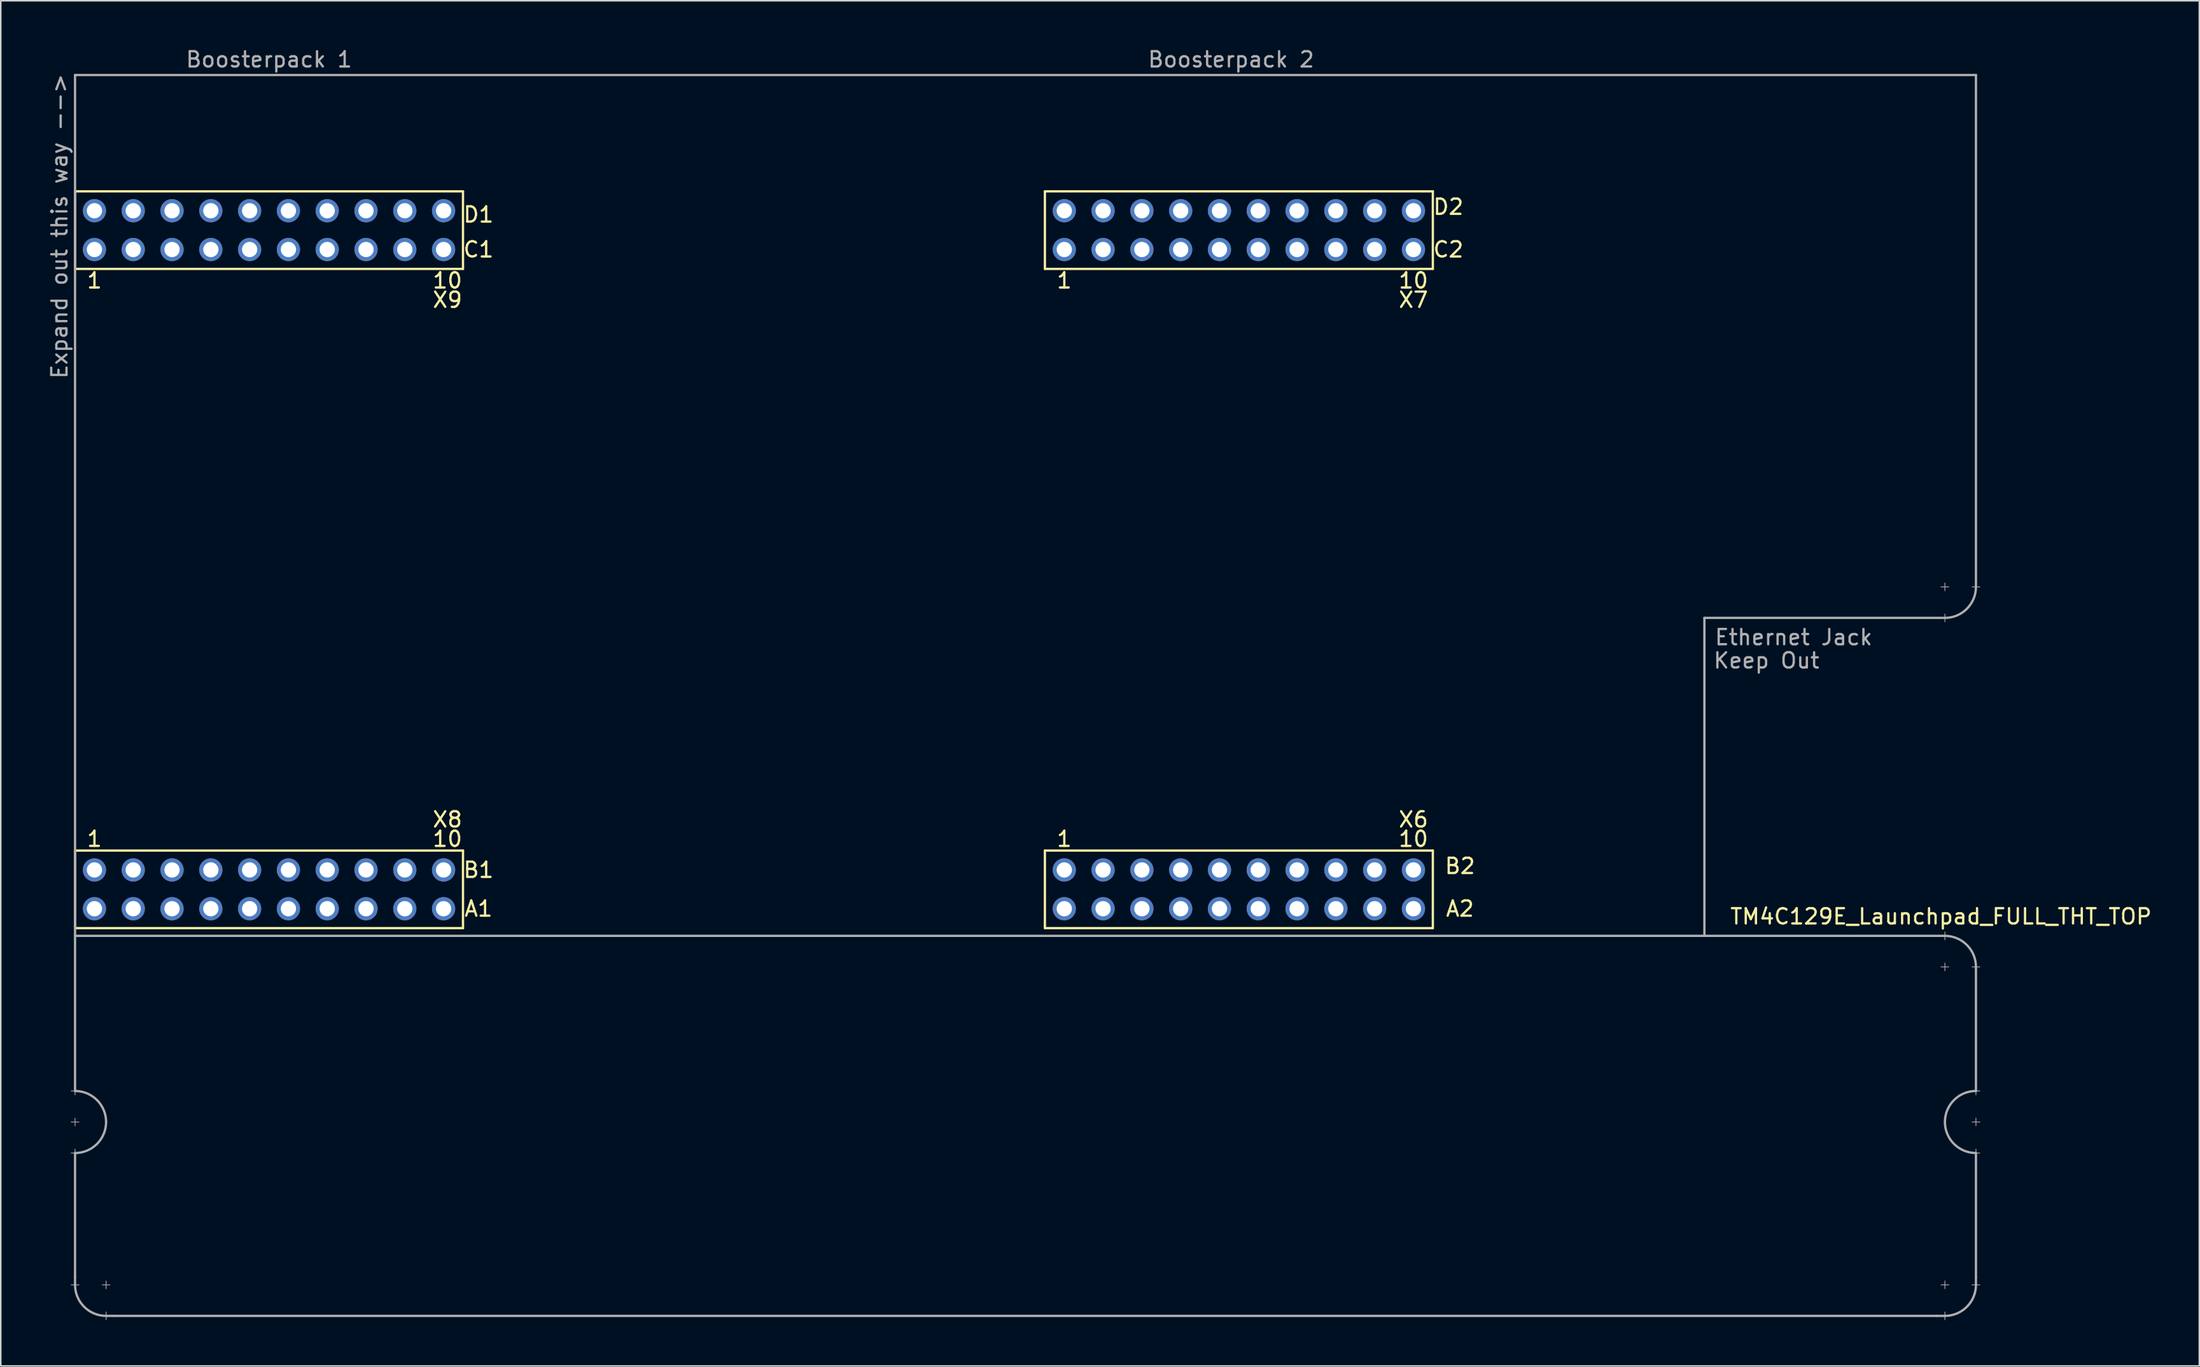
<source format=kicad_pcb>
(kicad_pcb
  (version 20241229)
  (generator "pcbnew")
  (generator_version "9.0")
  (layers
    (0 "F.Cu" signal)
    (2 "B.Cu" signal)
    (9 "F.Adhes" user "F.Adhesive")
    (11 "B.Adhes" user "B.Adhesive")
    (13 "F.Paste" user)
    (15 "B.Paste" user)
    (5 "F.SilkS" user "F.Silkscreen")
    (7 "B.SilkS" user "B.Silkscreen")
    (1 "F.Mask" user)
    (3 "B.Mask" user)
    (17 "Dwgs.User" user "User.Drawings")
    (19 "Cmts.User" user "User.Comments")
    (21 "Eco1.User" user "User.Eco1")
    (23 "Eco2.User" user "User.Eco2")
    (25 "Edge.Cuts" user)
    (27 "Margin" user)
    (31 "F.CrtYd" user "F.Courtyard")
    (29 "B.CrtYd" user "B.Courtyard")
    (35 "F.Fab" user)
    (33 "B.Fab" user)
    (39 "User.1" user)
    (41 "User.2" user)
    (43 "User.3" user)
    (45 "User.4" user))
  (footprint "TM4C129E_Launchpad_FULL_THT_TOP"
    (layer "F.Cu")
    (at 1.864 57.744)
    (property "Reference" "TM4C129E_Launchpad_FULL_THT_TOP" (at 122.174 -0.762 180) (layer "F.SilkS") (effects (font (size 1 1) (thickness 0.15))))
    (attr through_hole)
    (fp_line (start 0 -48.26) (end 0 -43.18) (stroke (width 0.15) (type solid)) (layer "F.SilkS"))
    (fp_line (start 0 -43.18) (end 25.4 -43.18) (stroke (width 0.15) (type solid)) (layer "F.SilkS"))
    (fp_line (start 0 -5.08) (end 0 0) (stroke (width 0.15) (type solid)) (layer "F.SilkS"))
    (fp_line (start 0 0) (end 25.4 0) (stroke (width 0.15) (type solid)) (layer "F.SilkS"))
    (fp_line (start 25.4 -48.26) (end 0 -48.26) (stroke (width 0.15) (type solid)) (layer "F.SilkS"))
    (fp_line (start 25.4 -43.18) (end 25.4 -48.26) (stroke (width 0.15) (type solid)) (layer "F.SilkS"))
    (fp_line (start 25.4 -5.08) (end 0 -5.08) (stroke (width 0.15) (type solid)) (layer "F.SilkS"))
    (fp_line (start 25.4 0) (end 25.4 -5.08) (stroke (width 0.15) (type solid)) (layer "F.SilkS"))
    (fp_line (start 63.5 -48.26) (end 63.5 -43.18) (stroke (width 0.15) (type solid)) (layer "F.SilkS"))
    (fp_line (start 63.5 -43.18) (end 88.9 -43.18) (stroke (width 0.15) (type solid)) (layer "F.SilkS"))
    (fp_line (start 63.5 -5.08) (end 63.5 0) (stroke (width 0.15) (type solid)) (layer "F.SilkS"))
    (fp_line (start 63.5 0) (end 88.9 0) (stroke (width 0.15) (type solid)) (layer "F.SilkS"))
    (fp_line (start 88.9 -48.26) (end 63.5 -48.26) (stroke (width 0.15) (type solid)) (layer "F.SilkS"))
    (fp_line (start 88.9 -43.18) (end 88.9 -48.26) (stroke (width 0.15) (type solid)) (layer "F.SilkS"))
    (fp_line (start 88.9 -5.08) (end 63.5 -5.08) (stroke (width 0.15) (type solid)) (layer "F.SilkS"))
    (fp_line (start 88.9 0) (end 88.9 -5.08) (stroke (width 0.15) (type solid)) (layer "F.SilkS"))
    (fp_line (start -0.254 10.668) (end 0.254 10.668) (stroke (width 0.05) (type solid)) (layer "F.Fab"))
    (fp_line (start -0.254 12.7) (end 0.254 12.7) (stroke (width 0.05) (type solid)) (layer "F.Fab"))
    (fp_line (start -0.254 14.732) (end 0.254 14.732) (stroke (width 0.05) (type solid)) (layer "F.Fab"))
    (fp_line (start 0 -55.88) (end 0 0.508) (stroke (width 0.15) (type solid)) (layer "F.Fab"))
    (fp_line (start 0 -55.88) (end 124.46 -55.88) (stroke (width 0.15) (type solid)) (layer "F.Fab"))
    (fp_line (start 0 0.508) (end 122.428 0.508) (stroke (width 0.15) (type solid)) (layer "F.Fab"))
    (fp_line (start 0 10.414) (end 0 10.922) (stroke (width 0.05) (type solid)) (layer "F.Fab"))
    (fp_line (start 0 10.668) (end 0 0.508) (stroke (width 0.15) (type solid)) (layer "F.Fab"))
    (fp_line (start 0 12.446) (end 0 12.954) (stroke (width 0.05) (type solid)) (layer "F.Fab"))
    (fp_line (start 0 14.478) (end 0 14.986) (stroke (width 0.05) (type solid)) (layer "F.Fab"))
    (fp_line (start 0 22.86) (end 0 14.732) (stroke (width 0.15) (type solid)) (layer "F.Fab"))
    (fp_line (start 0 22.86) (end 0 23.368) (stroke (width 0.15) (type solid)) (layer "F.Fab"))
    (fp_line (start 0.254 23.368) (end -0.254 23.368) (stroke (width 0.05) (type solid)) (layer "F.Fab"))
    (fp_line (start 1.778 23.368) (end 2.286 23.368) (stroke (width 0.05) (type solid)) (layer "F.Fab"))
    (fp_line (start 2.032 23.114) (end 2.032 23.622) (stroke (width 0.05) (type solid)) (layer "F.Fab"))
    (fp_line (start 2.032 25.146) (end 2.032 25.654) (stroke (width 0.05) (type solid)) (layer "F.Fab"))
    (fp_line (start 2.032 25.4) (end 2.54 25.4) (stroke (width 0.15) (type solid)) (layer "F.Fab"))
    (fp_line (start 2.54 25.4) (end 121.92 25.4) (stroke (width 0.15) (type solid)) (layer "F.Fab"))
    (fp_line (start 106.68 -20.32) (end 106.68 0.508) (stroke (width 0.15) (type solid)) (layer "F.Fab"))
    (fp_line (start 121.92 25.4) (end 122.428 25.4) (stroke (width 0.15) (type solid)) (layer "F.Fab"))
    (fp_line (start 122.174 -22.352) (end 122.682 -22.352) (stroke (width 0.05) (type solid)) (layer "F.Fab"))
    (fp_line (start 122.174 2.54) (end 122.682 2.54) (stroke (width 0.05) (type solid)) (layer "F.Fab"))
    (fp_line (start 122.174 23.368) (end 122.682 23.368) (stroke (width 0.05) (type solid)) (layer "F.Fab"))
    (fp_line (start 122.428 -22.606) (end 122.428 -22.098) (stroke (width 0.05) (type solid)) (layer "F.Fab"))
    (fp_line (start 122.428 -20.574) (end 122.428 -20.066) (stroke (width 0.05) (type solid)) (layer "F.Fab"))
    (fp_line (start 122.428 -20.32) (end 106.68 -20.32) (stroke (width 0.15) (type solid)) (layer "F.Fab"))
    (fp_line (start 122.428 0.254) (end 122.428 0.762) (stroke (width 0.05) (type solid)) (layer "F.Fab"))
    (fp_line (start 122.428 2.286) (end 122.428 2.794) (stroke (width 0.05) (type solid)) (layer "F.Fab"))
    (fp_line (start 122.428 23.114) (end 122.428 23.622) (stroke (width 0.05) (type solid)) (layer "F.Fab"))
    (fp_line (start 122.428 25.146) (end 122.428 25.654) (stroke (width 0.05) (type solid)) (layer "F.Fab"))
    (fp_line (start 124.206 -22.352) (end 124.714 -22.352) (stroke (width 0.05) (type solid)) (layer "F.Fab"))
    (fp_line (start 124.206 2.54) (end 124.714 2.54) (stroke (width 0.05) (type solid)) (layer "F.Fab"))
    (fp_line (start 124.206 10.668) (end 124.714 10.668) (stroke (width 0.05) (type solid)) (layer "F.Fab"))
    (fp_line (start 124.206 12.7) (end 124.714 12.7) (stroke (width 0.05) (type solid)) (layer "F.Fab"))
    (fp_line (start 124.206 14.732) (end 124.714 14.732) (stroke (width 0.05) (type solid)) (layer "F.Fab"))
    (fp_line (start 124.206 23.368) (end 124.714 23.368) (stroke (width 0.05) (type solid)) (layer "F.Fab"))
    (fp_line (start 124.46 -55.88) (end 124.46 -22.352) (stroke (width 0.15) (type solid)) (layer "F.Fab"))
    (fp_line (start 124.46 10.414) (end 124.46 10.922) (stroke (width 0.05) (type solid)) (layer "F.Fab"))
    (fp_line (start 124.46 10.668) (end 124.46 2.54) (stroke (width 0.15) (type solid)) (layer "F.Fab"))
    (fp_line (start 124.46 12.446) (end 124.46 12.954) (stroke (width 0.05) (type solid)) (layer "F.Fab"))
    (fp_line (start 124.46 14.478) (end 124.46 14.986) (stroke (width 0.05) (type solid)) (layer "F.Fab"))
    (fp_line (start 124.46 14.732) (end 124.46 22.86) (stroke (width 0.15) (type solid)) (layer "F.Fab"))
    (fp_line (start 124.46 23.343) (end 124.46 22.86) (stroke (width 0.15) (type solid)) (layer "F.Fab"))
    (fp_arc (start 0 10.668) (mid 1.436841 11.263159) (end 2.032 12.7) (stroke (width 0.15) (type solid)) (layer "F.Fab"))
    (fp_arc (start 2.032 12.7) (mid 1.436841 14.136841) (end 0 14.732) (stroke (width 0.15) (type solid)) (layer "F.Fab"))
    (fp_arc (start 2.032 25.4) (mid 0.595159 24.804841) (end 0 23.368) (stroke (width 0.15) (type solid)) (layer "F.Fab"))
    (fp_arc (start 122.428 0.508) (mid 123.864841 1.103159) (end 124.46 2.54) (stroke (width 0.15) (type solid)) (layer "F.Fab"))
    (fp_arc (start 122.428 12.7) (mid 123.023159 11.263159) (end 124.46 10.668) (stroke (width 0.15) (type solid)) (layer "F.Fab"))
    (fp_arc (start 124.46 -22.352) (mid 123.864841 -20.915159) (end 122.428 -20.32) (stroke (width 0.15) (type solid)) (layer "F.Fab"))
    (fp_arc (start 124.46 14.732) (mid 123.023159 14.136841) (end 122.428 12.7) (stroke (width 0.15) (type solid)) (layer "F.Fab"))
    (fp_arc (start 124.46 23.368) (mid 123.864841 24.804841) (end 122.428 25.4) (stroke (width 0.15) (type solid)) (layer "F.Fab"))
    (fp_text user "1" (at 1.27 -5.842 180) (layer "F.SilkS") (effects (font (size 1 1) (thickness 0.15))))
    (fp_text user "X9" (at 24.384 -41.148 180) (layer "F.SilkS") (effects (font (size 1 1) (thickness 0.15))))
    (fp_text user "X6" (at 87.63 -7.112 0) (layer "F.SilkS") (effects (font (size 1 1) (thickness 0.15))))
    (fp_text user "D1" (at 26.416 -46.736 180) (layer "F.SilkS") (effects (font (size 1 1) (thickness 0.15))))
    (fp_text user "C1" (at 26.416 -44.45 180) (layer "F.SilkS") (effects (font (size 1 1) (thickness 0.15))))
    (fp_text user "A1" (at 26.416 -1.27 180) (layer "F.SilkS") (effects (font (size 1 1) (thickness 0.15))))
    (fp_text user "A2" (at 90.678 -1.27 180) (layer "F.SilkS") (effects (font (size 1 1) (thickness 0.15))))
    (fp_text user "X8" (at 24.384 -7.112 180) (layer "F.SilkS") (effects (font (size 1 1) (thickness 0.15))))
    (fp_text user "X7" (at 87.63 -41.148 180) (layer "F.SilkS") (effects (font (size 1 1) (thickness 0.15))))
    (fp_text user "10" (at 87.63 -42.418 180) (layer "F.SilkS") (effects (font (size 1 1) (thickness 0.15))))
    (fp_text user "1" (at 1.27 -42.418 180) (layer "F.SilkS") (effects (font (size 1 1) (thickness 0.15))))
    (fp_text user "C2" (at 89.916 -44.45 180) (layer "F.SilkS") (effects (font (size 1 1) (thickness 0.15))))
    (fp_text user "10" (at 24.384 -42.418 180) (layer "F.SilkS") (effects (font (size 1 1) (thickness 0.15))))
    (fp_text user "1" (at 64.77 -5.842 180) (layer "F.SilkS") (effects (font (size 1 1) (thickness 0.15))))
    (fp_text user "B1" (at 26.416 -3.81 180) (layer "F.SilkS") (effects (font (size 1 1) (thickness 0.15))))
    (fp_text user "D2" (at 89.916 -47.244 0) (layer "F.SilkS") (effects (font (size 1 1) (thickness 0.15))))
    (fp_text user "10" (at 87.63 -5.842 180) (layer "F.SilkS") (effects (font (size 1 1) (thickness 0.15))))
    (fp_text user "10" (at 24.384 -5.842 180) (layer "F.SilkS") (effects (font (size 1 1) (thickness 0.15))))
    (fp_text user "1" (at 64.77 -42.418 180) (layer "F.SilkS") (effects (font (size 1 1) (thickness 0.15))))
    (fp_text user "B2" (at 90.678 -4.064 180) (layer "F.SilkS") (effects (font (size 1 1) (thickness 0.15))))
    (fp_text user "Boosterpack 2" (at 75.692 -56.896 0) (layer "F.Fab") (effects (font (size 1 1) (thickness 0.15))))
    (fp_text user "Boosterpack 1" (at 12.7 -56.896 0) (layer "F.Fab") (effects (font (size 1 1) (thickness 0.15))))
    (fp_text user "Keep Out" (at 110.744 -17.526 0) (layer "F.Fab") (effects (font (size 1 1) (thickness 0.15))))
    (fp_text user "Expand out this way -->" (at -1.016 -45.974 90) (layer "F.Fab") (effects (font (size 1 1) (thickness 0.15))))
    (fp_text user "Ethernet Jack" (at 112.522 -19.05 0) (layer "F.Fab") (effects (font (size 1 1) (thickness 0.15))))
    (pad "+3V3" thru_hole circle (at 1.27 -1.27 180) (size 1.52 1.52) (drill 1) (layers "*.Cu" "*.Mask" "F.Paste"))
    (pad "+3V3" thru_hole circle (at 64.77 -1.27 180) (size 1.52 1.52) (drill 1) (layers "*.Cu" "*.Mask" "F.Paste"))
    (pad "+5V" thru_hole circle (at 1.27 -3.81 180) (size 1.52 1.52) (drill 1) (layers "*.Cu" "*.Mask" "F.Paste"))
    (pad "+5V" thru_hole circle (at 64.77 -3.81 180) (size 1.52 1.52) (drill 1) (layers "*.Cu" "*.Mask" "F.Paste"))
    (pad "GND" thru_hole circle (at 1.27 -46.99 180) (size 1.52 1.52) (drill 1) (layers "*.Cu" "*.Mask" "F.Paste"))
    (pad "GND" thru_hole circle (at 3.81 -3.81 180) (size 1.52 1.52) (drill 1) (layers "*.Cu" "*.Mask" "F.Paste"))
    (pad "GND" thru_hole circle (at 64.77 -46.99 180) (size 1.52 1.52) (drill 1) (layers "*.Cu" "*.Mask" "F.Paste"))
    (pad "GND" thru_hole circle (at 67.31 -3.81 180) (size 1.52 1.52) (drill 1) (layers "*.Cu" "*.Mask" "F.Paste"))
    (pad "PA4" thru_hole circle (at 85.09 -3.81 180) (size 1.52 1.52) (drill 1) (layers "*.Cu" "*.Mask" "F.Paste"))
    (pad "PA5" thru_hole circle (at 87.63 -3.81 180) (size 1.52 1.52) (drill 1) (layers "*.Cu" "*.Mask" "F.Paste"))
    (pad "PA6" thru_hole circle (at 19.05 -3.81 180) (size 1.52 1.52) (drill 1) (layers "*.Cu" "*.Mask" "F.Paste"))
    (pad "PA7" thru_hole circle (at 72.39 -46.99 180) (size 1.52 1.52) (drill 1) (layers "*.Cu" "*.Mask" "F.Paste"))
    (pad "PB2" thru_hole circle (at 21.59 -1.27 180) (size 1.52 1.52) (drill 1) (layers "*.Cu" "*.Mask" "F.Paste"))
    (pad "PB3" thru_hole circle (at 24.13 -1.27 180) (size 1.52 1.52) (drill 1) (layers "*.Cu" "*.Mask" "F.Paste"))
    (pad "PB4" thru_hole circle (at 69.85 -3.81 180) (size 1.52 1.52) (drill 1) (layers "*.Cu" "*.Mask" "F.Paste"))
    (pad "PB5" thru_hole circle (at 72.39 -3.81 180) (size 1.52 1.52) (drill 1) (layers "*.Cu" "*.Mask" "F.Paste"))
    (pad "PC4" thru_hole circle (at 6.35 -1.27 180) (size 1.52 1.52) (drill 1) (layers "*.Cu" "*.Mask" "F.Paste"))
    (pad "PC5" thru_hole circle (at 8.89 -1.27 180) (size 1.52 1.52) (drill 1) (layers "*.Cu" "*.Mask" "F.Paste"))
    (pad "PC6" thru_hole circle (at 11.43 -1.27 180) (size 1.52 1.52) (drill 1) (layers "*.Cu" "*.Mask" "F.Paste"))
    (pad "PC7" thru_hole circle (at 19.05 -1.27 180) (size 1.52 1.52) (drill 1) (layers "*.Cu" "*.Mask" "F.Paste"))
    (pad "PD0" thru_hole circle (at 16.51 -46.99 180) (size 1.52 1.52) (drill 1) (layers "*.Cu" "*.Mask" "F.Paste"))
    (pad "PD1" thru_hole circle (at 13.97 -46.99 180) (size 1.52 1.52) (drill 1) (layers "*.Cu" "*.Mask" "F.Paste"))
    (pad "PD2" thru_hole circle (at 67.31 -1.27 180) (size 1.52 1.52) (drill 1) (layers "*.Cu" "*.Mask" "F.Paste"))
    (pad "PD3" thru_hole circle (at 16.51 -1.27 180) (size 1.52 1.52) (drill 1) (layers "*.Cu" "*.Mask" "F.Paste"))
    (pad "PD4" thru_hole circle (at 74.93 -1.27 180) (size 1.52 1.52) (drill 1) (layers "*.Cu" "*.Mask" "F.Paste"))
    (pad "PD5" thru_hole circle (at 77.47 -1.27 180) (size 1.52 1.52) (drill 1) (layers "*.Cu" "*.Mask" "F.Paste"))
    (pad "PD7" thru_hole circle (at 16.51 -3.81 180) (size 1.52 1.52) (drill 1) (layers "*.Cu" "*.Mask" "F.Paste"))
    (pad "PE0" thru_hole circle (at 6.35 -3.81 180) (size 1.52 1.52) (drill 1) (layers "*.Cu" "*.Mask" "F.Paste"))
    (pad "PE1" thru_hole circle (at 8.89 -3.81 180) (size 1.52 1.52) (drill 1) (layers "*.Cu" "*.Mask" "F.Paste"))
    (pad "PE2" thru_hole circle (at 11.43 -3.81 180) (size 1.52 1.52) (drill 1) (layers "*.Cu" "*.Mask" "F.Paste"))
    (pad "PE3" thru_hole circle (at 13.97 -3.81 180) (size 1.52 1.52) (drill 1) (layers "*.Cu" "*.Mask" "F.Paste"))
    (pad "PE4" thru_hole circle (at 3.81 -1.27 180) (size 1.52 1.52) (drill 1) (layers "*.Cu" "*.Mask" "F.Paste"))
    (pad "PE5" thru_hole circle (at 13.97 -1.27 180) (size 1.52 1.52) (drill 1) (layers "*.Cu" "*.Mask" "F.Paste"))
    (pad "PF1" thru_hole circle (at 1.27 -44.45 180) (size 1.52 1.52) (drill 1) (layers "*.Cu" "*.Mask" "F.Paste"))
    (pad "PF2" thru_hole circle (at 3.81 -44.45 180) (size 1.52 1.52) (drill 1) (layers "*.Cu" "*.Mask" "F.Paste"))
    (pad "PF3" thru_hole circle (at 6.35 -44.45 180) (size 1.52 1.52) (drill 1) (layers "*.Cu" "*.Mask" "F.Paste"))
    (pad "PG0" thru_hole circle (at 8.89 -44.45 180) (size 1.52 1.52) (drill 1) (layers "*.Cu" "*.Mask" "F.Paste"))
    (pad "PG1" thru_hole circle (at 64.77 -44.45 180) (size 1.52 1.52) (drill 1) (layers "*.Cu" "*.Mask" "F.Paste"))
    (pad "PH0" thru_hole circle (at 80.01 -44.45 180) (size 1.52 1.52) (drill 1) (layers "*.Cu" "*.Mask" "F.Paste"))
    (pad "PH1" thru_hole circle (at 82.55 -44.45 180) (size 1.52 1.52) (drill 1) (layers "*.Cu" "*.Mask" "F.Paste"))
    (pad "PH2" thru_hole circle (at 6.35 -46.99 180) (size 1.52 1.52) (drill 1) (layers "*.Cu" "*.Mask" "F.Paste"))
    (pad "PH3" thru_hole circle (at 8.89 -46.99 180) (size 1.52 1.52) (drill 1) (layers "*.Cu" "*.Mask" "F.Paste"))
    (pad "PK0" thru_hole circle (at 74.93 -3.81 180) (size 1.52 1.52) (drill 1) (layers "*.Cu" "*.Mask" "F.Paste"))
    (pad "PK1" thru_hole circle (at 77.47 -3.81 180) (size 1.52 1.52) (drill 1) (layers "*.Cu" "*.Mask" "F.Paste"))
    (pad "PK2" thru_hole circle (at 80.01 -3.81 180) (size 1.52 1.52) (drill 1) (layers "*.Cu" "*.Mask" "F.Paste"))
    (pad "PK3" thru_hole circle (at 82.55 -3.81 180) (size 1.52 1.52) (drill 1) (layers "*.Cu" "*.Mask" "F.Paste"))
    (pad "PK4" thru_hole circle (at 67.31 -44.45 180) (size 1.52 1.52) (drill 1) (layers "*.Cu" "*.Mask" "F.Paste"))
    (pad "PK5" thru_hole circle (at 69.85 -44.45 180) (size 1.52 1.52) (drill 1) (layers "*.Cu" "*.Mask" "F.Paste"))
    (pad "PK6" thru_hole circle (at 85.09 -44.45 180) (size 1.52 1.52) (drill 1) (layers "*.Cu" "*.Mask" "F.Paste"))
    (pad "PK7" thru_hole circle (at 87.63 -44.45 180) (size 1.52 1.52) (drill 1) (layers "*.Cu" "*.Mask" "F.Paste"))
    (pad "PL0" thru_hole circle (at 16.51 -44.45 180) (size 1.52 1.52) (drill 1) (layers "*.Cu" "*.Mask" "F.Paste"))
    (pad "PL1" thru_hole circle (at 19.05 -44.45 180) (size 1.52 1.52) (drill 1) (layers "*.Cu" "*.Mask" "F.Paste"))
    (pad "PL2" thru_hole circle (at 21.59 -44.45 180) (size 1.52 1.52) (drill 1) (layers "*.Cu" "*.Mask" "F.Paste"))
    (pad "PL3" thru_hole circle (at 24.13 -44.45 180) (size 1.52 1.52) (drill 1) (layers "*.Cu" "*.Mask" "F.Paste"))
    (pad "PL4" thru_hole circle (at 11.43 -44.45 180) (size 1.52 1.52) (drill 1) (layers "*.Cu" "*.Mask" "F.Paste"))
    (pad "PL5" thru_hole circle (at 13.97 -44.45 180) (size 1.52 1.52) (drill 1) (layers "*.Cu" "*.Mask" "F.Paste"))
    (pad "PM0" thru_hole circle (at 72.39 -44.45 180) (size 1.52 1.52) (drill 1) (layers "*.Cu" "*.Mask" "F.Paste"))
    (pad "PM1" thru_hole circle (at 74.93 -44.45 180) (size 1.52 1.52) (drill 1) (layers "*.Cu" "*.Mask" "F.Paste"))
    (pad "PM2" thru_hole circle (at 77.47 -44.45 180) (size 1.52 1.52) (drill 1) (layers "*.Cu" "*.Mask" "F.Paste"))
    (pad "PM3" thru_hole circle (at 3.81 -46.99 180) (size 1.52 1.52) (drill 1) (layers "*.Cu" "*.Mask" "F.Paste"))
    (pad "PM4" thru_hole circle (at 21.59 -3.81 180) (size 1.52 1.52) (drill 1) (layers "*.Cu" "*.Mask" "F.Paste"))
    (pad "PM5" thru_hole circle (at 24.13 -3.81 180) (size 1.52 1.52) (drill 1) (layers "*.Cu" "*.Mask" "F.Paste"))
    (pad "PM6" thru_hole circle (at 87.63 -46.99 180) (size 1.52 1.52) (drill 1) (layers "*.Cu" "*.Mask" "F.Paste"))
    (pad "PM7" thru_hole circle (at 67.31 -46.99 180) (size 1.52 1.52) (drill 1) (layers "*.Cu" "*.Mask" "F.Paste"))
    (pad "PN2" thru_hole circle (at 19.05 -46.99 180) (size 1.52 1.52) (drill 1) (layers "*.Cu" "*.Mask" "F.Paste"))
    (pad "PN3" thru_hole circle (at 21.59 -46.99 180) (size 1.52 1.52) (drill 1) (layers "*.Cu" "*.Mask" "F.Paste"))
    (pad "PN4" thru_hole circle (at 87.63 -1.27 180) (size 1.52 1.52) (drill 1) (layers "*.Cu" "*.Mask" "F.Paste"))
    (pad "PN5" thru_hole circle (at 85.09 -1.27 180) (size 1.52 1.52) (drill 1) (layers "*.Cu" "*.Mask" "F.Paste"))
    (pad "PP0" thru_hole circle (at 69.85 -1.27 180) (size 1.52 1.52) (drill 1) (layers "*.Cu" "*.Mask" "F.Paste"))
    (pad "PP1" thru_hole circle (at 72.39 -1.27 180) (size 1.52 1.52) (drill 1) (layers "*.Cu" "*.Mask" "F.Paste"))
    (pad "PP2" thru_hole circle (at 24.13 -46.99 180) (size 1.52 1.52) (drill 1) (layers "*.Cu" "*.Mask" "F.Paste"))
    (pad "PP3" thru_hole circle (at 82.55 -46.99 180) (size 1.52 1.52) (drill 1) (layers "*.Cu" "*.Mask" "F.Paste"))
    (pad "PP4" thru_hole circle (at 82.55 -1.27 180) (size 1.52 1.52) (drill 1) (layers "*.Cu" "*.Mask" "F.Paste"))
    (pad "PP5" thru_hole circle (at 69.85 -46.99 180) (size 1.52 1.52) (drill 1) (layers "*.Cu" "*.Mask" "F.Paste"))
    (pad "PQ0" thru_hole circle (at 80.01 -1.27 180) (size 1.52 1.52) (drill 1) (layers "*.Cu" "*.Mask" "F.Paste"))
    (pad "PQ1" thru_hole circle (at 85.09 -46.99 180) (size 1.52 1.52) (drill 1) (layers "*.Cu" "*.Mask" "F.Paste"))
    (pad "PQ2" thru_hole circle (at 77.47 -46.99 180) (size 1.52 1.52) (drill 1) (layers "*.Cu" "*.Mask" "F.Paste"))
    (pad "PQ3" thru_hole circle (at 80.01 -46.99 180) (size 1.52 1.52) (drill 1) (layers "*.Cu" "*.Mask" "F.Paste"))
    (pad "Rese" thru_hole circle (at 11.43 -46.99 180) (size 1.52 1.52) (drill 1) (layers "*.Cu" "*.Mask" "F.Paste"))
    (pad "Rese" thru_hole circle (at 74.93 -46.99 180) (size 1.52 1.52) (drill 1) (layers "*.Cu" "*.Mask" "F.Paste")))
  (gr_rect
    (start -3 -3)
    (end 140.949 86.423)
    (stroke (width 0.1) (type default))
    (fill no)
    (layer "Edge.Cuts")))
</source>
